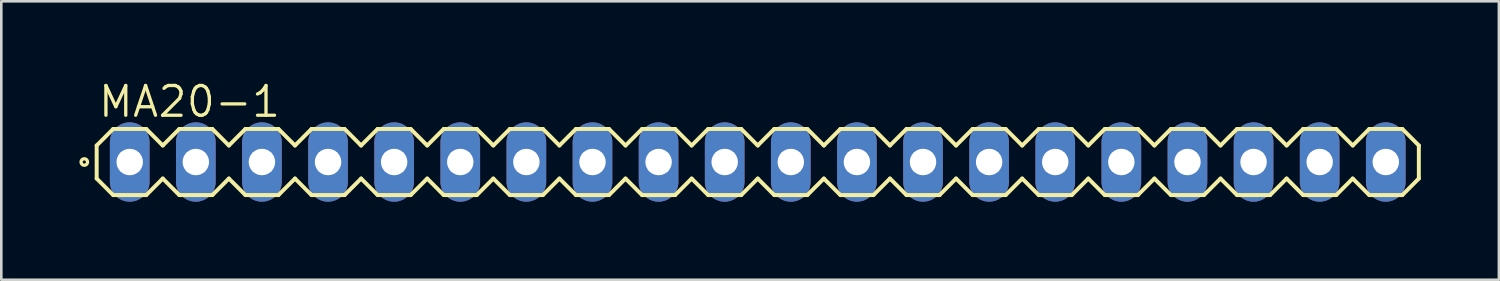
<source format=kicad_pcb>
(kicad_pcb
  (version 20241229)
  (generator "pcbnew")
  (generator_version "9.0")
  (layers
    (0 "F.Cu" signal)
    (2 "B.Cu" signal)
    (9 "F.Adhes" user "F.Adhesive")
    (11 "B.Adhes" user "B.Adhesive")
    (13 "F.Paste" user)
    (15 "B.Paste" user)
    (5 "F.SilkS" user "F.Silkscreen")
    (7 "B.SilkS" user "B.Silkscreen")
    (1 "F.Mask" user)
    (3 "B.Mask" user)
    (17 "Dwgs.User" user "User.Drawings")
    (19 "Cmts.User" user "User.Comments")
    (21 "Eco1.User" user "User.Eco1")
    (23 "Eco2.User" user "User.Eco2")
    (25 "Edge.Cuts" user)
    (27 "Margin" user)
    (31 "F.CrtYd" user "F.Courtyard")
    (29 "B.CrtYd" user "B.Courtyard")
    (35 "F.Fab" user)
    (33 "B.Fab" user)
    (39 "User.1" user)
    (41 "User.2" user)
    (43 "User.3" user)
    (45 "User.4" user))
  (footprint "MA20-1"
    (layer "F.Cu")
    (at 26.064 3.175)
    (property "Reference" "MA20-1" (at -25.4 -1.651 0) (layer "F.SilkS") (effects (font (size 1.143 1.143) (thickness 0.127)) (justify left bottom)))
    (fp_line (start -25.4 -0.635) (end -25.4 0.635) (stroke (width 0.152) (type solid)) (layer "F.SilkS"))
    (fp_line (start -25.4 0.635) (end -24.765 1.27) (stroke (width 0.152) (type solid)) (layer "F.SilkS"))
    (fp_line (start -24.765 -1.27) (end -25.4 -0.635) (stroke (width 0.152) (type solid)) (layer "F.SilkS"))
    (fp_line (start -24.765 -1.27) (end -23.495 -1.27) (stroke (width 0.152) (type solid)) (layer "F.SilkS"))
    (fp_line (start -23.495 -1.27) (end -22.86 -0.635) (stroke (width 0.152) (type solid)) (layer "F.SilkS"))
    (fp_line (start -23.495 1.27) (end -24.765 1.27) (stroke (width 0.152) (type solid)) (layer "F.SilkS"))
    (fp_line (start -22.86 -0.635) (end -22.225 -1.27) (stroke (width 0.152) (type solid)) (layer "F.SilkS"))
    (fp_line (start -22.86 0.635) (end -23.495 1.27) (stroke (width 0.152) (type solid)) (layer "F.SilkS"))
    (fp_line (start -22.225 -1.27) (end -20.955 -1.27) (stroke (width 0.152) (type solid)) (layer "F.SilkS"))
    (fp_line (start -22.225 1.27) (end -22.86 0.635) (stroke (width 0.152) (type solid)) (layer "F.SilkS"))
    (fp_line (start -20.955 -1.27) (end -20.32 -0.635) (stroke (width 0.152) (type solid)) (layer "F.SilkS"))
    (fp_line (start -20.955 1.27) (end -22.225 1.27) (stroke (width 0.152) (type solid)) (layer "F.SilkS"))
    (fp_line (start -20.32 -0.635) (end -19.685 -1.27) (stroke (width 0.152) (type solid)) (layer "F.SilkS"))
    (fp_line (start -20.32 0.635) (end -20.955 1.27) (stroke (width 0.152) (type solid)) (layer "F.SilkS"))
    (fp_line (start -19.685 -1.27) (end -18.415 -1.27) (stroke (width 0.152) (type solid)) (layer "F.SilkS"))
    (fp_line (start -19.685 1.27) (end -20.32 0.635) (stroke (width 0.152) (type solid)) (layer "F.SilkS"))
    (fp_line (start -18.415 -1.27) (end -17.78 -0.635) (stroke (width 0.152) (type solid)) (layer "F.SilkS"))
    (fp_line (start -18.415 1.27) (end -19.685 1.27) (stroke (width 0.152) (type solid)) (layer "F.SilkS"))
    (fp_line (start -17.78 0.635) (end -18.415 1.27) (stroke (width 0.152) (type solid)) (layer "F.SilkS"))
    (fp_line (start -17.78 0.635) (end -17.145 1.27) (stroke (width 0.152) (type solid)) (layer "F.SilkS"))
    (fp_line (start -17.145 -1.27) (end -17.78 -0.635) (stroke (width 0.152) (type solid)) (layer "F.SilkS"))
    (fp_line (start -17.145 -1.27) (end -15.875 -1.27) (stroke (width 0.152) (type solid)) (layer "F.SilkS"))
    (fp_line (start -15.875 -1.27) (end -15.24 -0.635) (stroke (width 0.152) (type solid)) (layer "F.SilkS"))
    (fp_line (start -15.875 1.27) (end -17.145 1.27) (stroke (width 0.152) (type solid)) (layer "F.SilkS"))
    (fp_line (start -15.24 -0.635) (end -14.605 -1.27) (stroke (width 0.152) (type solid)) (layer "F.SilkS"))
    (fp_line (start -15.24 0.635) (end -15.875 1.27) (stroke (width 0.152) (type solid)) (layer "F.SilkS"))
    (fp_line (start -14.605 -1.27) (end -13.335 -1.27) (stroke (width 0.152) (type solid)) (layer "F.SilkS"))
    (fp_line (start -14.605 1.27) (end -15.24 0.635) (stroke (width 0.152) (type solid)) (layer "F.SilkS"))
    (fp_line (start -13.335 -1.27) (end -12.7 -0.635) (stroke (width 0.152) (type solid)) (layer "F.SilkS"))
    (fp_line (start -13.335 1.27) (end -14.605 1.27) (stroke (width 0.152) (type solid)) (layer "F.SilkS"))
    (fp_line (start -12.7 0.635) (end -13.335 1.27) (stroke (width 0.152) (type solid)) (layer "F.SilkS"))
    (fp_line (start -12.7 0.635) (end -12.065 1.27) (stroke (width 0.152) (type solid)) (layer "F.SilkS"))
    (fp_line (start -12.065 -1.27) (end -12.7 -0.635) (stroke (width 0.152) (type solid)) (layer "F.SilkS"))
    (fp_line (start -12.065 -1.27) (end -10.795 -1.27) (stroke (width 0.152) (type solid)) (layer "F.SilkS"))
    (fp_line (start -10.795 -1.27) (end -10.16 -0.635) (stroke (width 0.152) (type solid)) (layer "F.SilkS"))
    (fp_line (start -10.795 1.27) (end -12.065 1.27) (stroke (width 0.152) (type solid)) (layer "F.SilkS"))
    (fp_line (start -10.16 -0.635) (end -9.525 -1.27) (stroke (width 0.152) (type solid)) (layer "F.SilkS"))
    (fp_line (start -10.16 0.635) (end -10.795 1.27) (stroke (width 0.152) (type solid)) (layer "F.SilkS"))
    (fp_line (start -9.525 -1.27) (end -8.255 -1.27) (stroke (width 0.152) (type solid)) (layer "F.SilkS"))
    (fp_line (start -9.525 1.27) (end -10.16 0.635) (stroke (width 0.152) (type solid)) (layer "F.SilkS"))
    (fp_line (start -8.255 -1.27) (end -7.62 -0.635) (stroke (width 0.152) (type solid)) (layer "F.SilkS"))
    (fp_line (start -8.255 1.27) (end -9.525 1.27) (stroke (width 0.152) (type solid)) (layer "F.SilkS"))
    (fp_line (start -7.62 -0.635) (end -6.985 -1.27) (stroke (width 0.152) (type solid)) (layer "F.SilkS"))
    (fp_line (start -7.62 0.635) (end -8.255 1.27) (stroke (width 0.152) (type solid)) (layer "F.SilkS"))
    (fp_line (start -6.985 -1.27) (end -5.715 -1.27) (stroke (width 0.152) (type solid)) (layer "F.SilkS"))
    (fp_line (start -6.985 1.27) (end -7.62 0.635) (stroke (width 0.152) (type solid)) (layer "F.SilkS"))
    (fp_line (start -5.715 -1.27) (end -5.08 -0.635) (stroke (width 0.152) (type solid)) (layer "F.SilkS"))
    (fp_line (start -5.715 1.27) (end -6.985 1.27) (stroke (width 0.152) (type solid)) (layer "F.SilkS"))
    (fp_line (start -5.08 0.635) (end -5.715 1.27) (stroke (width 0.152) (type solid)) (layer "F.SilkS"))
    (fp_line (start -5.08 0.635) (end -4.445 1.27) (stroke (width 0.152) (type solid)) (layer "F.SilkS"))
    (fp_line (start -4.445 -1.27) (end -5.08 -0.635) (stroke (width 0.152) (type solid)) (layer "F.SilkS"))
    (fp_line (start -4.445 -1.27) (end -3.175 -1.27) (stroke (width 0.152) (type solid)) (layer "F.SilkS"))
    (fp_line (start -3.175 -1.27) (end -2.54 -0.635) (stroke (width 0.152) (type solid)) (layer "F.SilkS"))
    (fp_line (start -3.175 1.27) (end -4.445 1.27) (stroke (width 0.152) (type solid)) (layer "F.SilkS"))
    (fp_line (start -2.54 -0.635) (end -1.905 -1.27) (stroke (width 0.152) (type solid)) (layer "F.SilkS"))
    (fp_line (start -2.54 0.635) (end -3.175 1.27) (stroke (width 0.152) (type solid)) (layer "F.SilkS"))
    (fp_line (start -1.905 -1.27) (end -0.635 -1.27) (stroke (width 0.152) (type solid)) (layer "F.SilkS"))
    (fp_line (start -1.905 1.27) (end -2.54 0.635) (stroke (width 0.152) (type solid)) (layer "F.SilkS"))
    (fp_line (start -0.635 -1.27) (end 0 -0.635) (stroke (width 0.152) (type solid)) (layer "F.SilkS"))
    (fp_line (start -0.635 1.27) (end -1.905 1.27) (stroke (width 0.152) (type solid)) (layer "F.SilkS"))
    (fp_line (start 0 0.635) (end -0.635 1.27) (stroke (width 0.152) (type solid)) (layer "F.SilkS"))
    (fp_line (start 0 0.635) (end 0.635 1.27) (stroke (width 0.152) (type solid)) (layer "F.SilkS"))
    (fp_line (start 0.635 -1.27) (end 0 -0.635) (stroke (width 0.152) (type solid)) (layer "F.SilkS"))
    (fp_line (start 0.635 -1.27) (end 1.905 -1.27) (stroke (width 0.152) (type solid)) (layer "F.SilkS"))
    (fp_line (start 1.905 -1.27) (end 2.54 -0.635) (stroke (width 0.152) (type solid)) (layer "F.SilkS"))
    (fp_line (start 1.905 1.27) (end 0.635 1.27) (stroke (width 0.152) (type solid)) (layer "F.SilkS"))
    (fp_line (start 2.54 -0.635) (end 3.175 -1.27) (stroke (width 0.152) (type solid)) (layer "F.SilkS"))
    (fp_line (start 2.54 0.635) (end 1.905 1.27) (stroke (width 0.152) (type solid)) (layer "F.SilkS"))
    (fp_line (start 3.175 -1.27) (end 4.445 -1.27) (stroke (width 0.152) (type solid)) (layer "F.SilkS"))
    (fp_line (start 3.175 1.27) (end 2.54 0.635) (stroke (width 0.152) (type solid)) (layer "F.SilkS"))
    (fp_line (start 4.445 -1.27) (end 5.08 -0.635) (stroke (width 0.152) (type solid)) (layer "F.SilkS"))
    (fp_line (start 4.445 1.27) (end 3.175 1.27) (stroke (width 0.152) (type solid)) (layer "F.SilkS"))
    (fp_line (start 5.08 -0.635) (end 5.715 -1.27) (stroke (width 0.152) (type solid)) (layer "F.SilkS"))
    (fp_line (start 5.08 0.635) (end 4.445 1.27) (stroke (width 0.152) (type solid)) (layer "F.SilkS"))
    (fp_line (start 5.715 -1.27) (end 6.985 -1.27) (stroke (width 0.152) (type solid)) (layer "F.SilkS"))
    (fp_line (start 5.715 1.27) (end 5.08 0.635) (stroke (width 0.152) (type solid)) (layer "F.SilkS"))
    (fp_line (start 6.985 -1.27) (end 7.62 -0.635) (stroke (width 0.152) (type solid)) (layer "F.SilkS"))
    (fp_line (start 6.985 1.27) (end 5.715 1.27) (stroke (width 0.152) (type solid)) (layer "F.SilkS"))
    (fp_line (start 7.62 0.635) (end 6.985 1.27) (stroke (width 0.152) (type solid)) (layer "F.SilkS"))
    (fp_line (start 7.62 0.635) (end 8.255 1.27) (stroke (width 0.152) (type solid)) (layer "F.SilkS"))
    (fp_line (start 8.255 -1.27) (end 7.62 -0.635) (stroke (width 0.152) (type solid)) (layer "F.SilkS"))
    (fp_line (start 8.255 -1.27) (end 9.525 -1.27) (stroke (width 0.152) (type solid)) (layer "F.SilkS"))
    (fp_line (start 9.525 -1.27) (end 10.16 -0.635) (stroke (width 0.152) (type solid)) (layer "F.SilkS"))
    (fp_line (start 9.525 1.27) (end 8.255 1.27) (stroke (width 0.152) (type solid)) (layer "F.SilkS"))
    (fp_line (start 10.16 -0.635) (end 10.795 -1.27) (stroke (width 0.152) (type solid)) (layer "F.SilkS"))
    (fp_line (start 10.16 0.635) (end 9.525 1.27) (stroke (width 0.152) (type solid)) (layer "F.SilkS"))
    (fp_line (start 10.795 -1.27) (end 12.065 -1.27) (stroke (width 0.152) (type solid)) (layer "F.SilkS"))
    (fp_line (start 10.795 1.27) (end 10.16 0.635) (stroke (width 0.152) (type solid)) (layer "F.SilkS"))
    (fp_line (start 12.065 -1.27) (end 12.7 -0.635) (stroke (width 0.152) (type solid)) (layer "F.SilkS"))
    (fp_line (start 12.065 1.27) (end 10.795 1.27) (stroke (width 0.152) (type solid)) (layer "F.SilkS"))
    (fp_line (start 12.7 0.635) (end 12.065 1.27) (stroke (width 0.152) (type solid)) (layer "F.SilkS"))
    (fp_line (start 12.7 0.635) (end 13.335 1.27) (stroke (width 0.152) (type solid)) (layer "F.SilkS"))
    (fp_line (start 13.335 -1.27) (end 12.7 -0.635) (stroke (width 0.152) (type solid)) (layer "F.SilkS"))
    (fp_line (start 13.335 -1.27) (end 14.605 -1.27) (stroke (width 0.152) (type solid)) (layer "F.SilkS"))
    (fp_line (start 14.605 -1.27) (end 15.24 -0.635) (stroke (width 0.152) (type solid)) (layer "F.SilkS"))
    (fp_line (start 14.605 1.27) (end 13.335 1.27) (stroke (width 0.152) (type solid)) (layer "F.SilkS"))
    (fp_line (start 15.24 -0.635) (end 15.875 -1.27) (stroke (width 0.152) (type solid)) (layer "F.SilkS"))
    (fp_line (start 15.24 0.635) (end 14.605 1.27) (stroke (width 0.152) (type solid)) (layer "F.SilkS"))
    (fp_line (start 15.875 -1.27) (end 17.145 -1.27) (stroke (width 0.152) (type solid)) (layer "F.SilkS"))
    (fp_line (start 15.875 1.27) (end 15.24 0.635) (stroke (width 0.152) (type solid)) (layer "F.SilkS"))
    (fp_line (start 17.145 -1.27) (end 17.78 -0.635) (stroke (width 0.152) (type solid)) (layer "F.SilkS"))
    (fp_line (start 17.145 1.27) (end 15.875 1.27) (stroke (width 0.152) (type solid)) (layer "F.SilkS"))
    (fp_line (start 17.78 -0.635) (end 18.415 -1.27) (stroke (width 0.152) (type solid)) (layer "F.SilkS"))
    (fp_line (start 17.78 0.635) (end 17.145 1.27) (stroke (width 0.152) (type solid)) (layer "F.SilkS"))
    (fp_line (start 18.415 -1.27) (end 19.685 -1.27) (stroke (width 0.152) (type solid)) (layer "F.SilkS"))
    (fp_line (start 18.415 1.27) (end 17.78 0.635) (stroke (width 0.152) (type solid)) (layer "F.SilkS"))
    (fp_line (start 19.685 -1.27) (end 20.32 -0.635) (stroke (width 0.152) (type solid)) (layer "F.SilkS"))
    (fp_line (start 19.685 1.27) (end 18.415 1.27) (stroke (width 0.152) (type solid)) (layer "F.SilkS"))
    (fp_line (start 20.32 0.635) (end 19.685 1.27) (stroke (width 0.152) (type solid)) (layer "F.SilkS"))
    (fp_line (start 20.32 0.635) (end 20.955 1.27) (stroke (width 0.152) (type solid)) (layer "F.SilkS"))
    (fp_line (start 20.955 -1.27) (end 20.32 -0.635) (stroke (width 0.152) (type solid)) (layer "F.SilkS"))
    (fp_line (start 20.955 -1.27) (end 22.225 -1.27) (stroke (width 0.152) (type solid)) (layer "F.SilkS"))
    (fp_line (start 22.225 -1.27) (end 22.86 -0.635) (stroke (width 0.152) (type solid)) (layer "F.SilkS"))
    (fp_line (start 22.225 1.27) (end 20.955 1.27) (stroke (width 0.152) (type solid)) (layer "F.SilkS"))
    (fp_line (start 22.86 -0.635) (end 23.495 -1.27) (stroke (width 0.152) (type solid)) (layer "F.SilkS"))
    (fp_line (start 22.86 0.635) (end 22.225 1.27) (stroke (width 0.152) (type solid)) (layer "F.SilkS"))
    (fp_line (start 23.495 -1.27) (end 24.765 -1.27) (stroke (width 0.152) (type solid)) (layer "F.SilkS"))
    (fp_line (start 23.495 1.27) (end 22.86 0.635) (stroke (width 0.152) (type solid)) (layer "F.SilkS"))
    (fp_line (start 24.765 -1.27) (end 25.4 -0.635) (stroke (width 0.152) (type solid)) (layer "F.SilkS"))
    (fp_line (start 24.765 1.27) (end 23.495 1.27) (stroke (width 0.152) (type solid)) (layer "F.SilkS"))
    (fp_line (start 25.4 -0.635) (end 25.4 0.635) (stroke (width 0.152) (type solid)) (layer "F.SilkS"))
    (fp_line (start 25.4 0.635) (end 24.765 1.27) (stroke (width 0.152) (type solid)) (layer "F.SilkS"))
    (fp_circle (center -25.875 0) (end -25.75 0) (stroke (width 0.127) (type solid)) (fill no) (layer "F.SilkS"))
    (fp_poly (pts (xy -24.46 0.33) (xy -23.8 0.33) (xy -23.8 -0.33) (xy -24.46 -0.33)) (stroke (width 0.1) (type solid)) (fill no) (layer "F.Fab"))
    (fp_poly (pts (xy -21.92 0.33) (xy -21.26 0.33) (xy -21.26 -0.33) (xy -21.92 -0.33)) (stroke (width 0.1) (type solid)) (fill no) (layer "F.Fab"))
    (fp_poly (pts (xy -19.38 0.33) (xy -18.72 0.33) (xy -18.72 -0.33) (xy -19.38 -0.33)) (stroke (width 0.1) (type solid)) (fill no) (layer "F.Fab"))
    (fp_poly (pts (xy -16.84 0.33) (xy -16.18 0.33) (xy -16.18 -0.33) (xy -16.84 -0.33)) (stroke (width 0.1) (type solid)) (fill no) (layer "F.Fab"))
    (fp_poly (pts (xy -14.3 0.33) (xy -13.64 0.33) (xy -13.64 -0.33) (xy -14.3 -0.33)) (stroke (width 0.1) (type solid)) (fill no) (layer "F.Fab"))
    (fp_poly (pts (xy -11.76 0.33) (xy -11.1 0.33) (xy -11.1 -0.33) (xy -11.76 -0.33)) (stroke (width 0.1) (type solid)) (fill no) (layer "F.Fab"))
    (fp_poly (pts (xy -9.22 0.33) (xy -8.56 0.33) (xy -8.56 -0.33) (xy -9.22 -0.33)) (stroke (width 0.1) (type solid)) (fill no) (layer "F.Fab"))
    (fp_poly (pts (xy -6.68 0.33) (xy -6.02 0.33) (xy -6.02 -0.33) (xy -6.68 -0.33)) (stroke (width 0.1) (type solid)) (fill no) (layer "F.Fab"))
    (fp_poly (pts (xy -4.14 0.33) (xy -3.48 0.33) (xy -3.48 -0.33) (xy -4.14 -0.33)) (stroke (width 0.1) (type solid)) (fill no) (layer "F.Fab"))
    (fp_poly (pts (xy -1.6 0.33) (xy -0.94 0.33) (xy -0.94 -0.33) (xy -1.6 -0.33)) (stroke (width 0.1) (type solid)) (fill no) (layer "F.Fab"))
    (fp_poly (pts (xy 0.94 0.33) (xy 1.6 0.33) (xy 1.6 -0.33) (xy 0.94 -0.33)) (stroke (width 0.1) (type solid)) (fill no) (layer "F.Fab"))
    (fp_poly (pts (xy 3.48 0.33) (xy 4.14 0.33) (xy 4.14 -0.33) (xy 3.48 -0.33)) (stroke (width 0.1) (type solid)) (fill no) (layer "F.Fab"))
    (fp_poly (pts (xy 6.02 0.33) (xy 6.68 0.33) (xy 6.68 -0.33) (xy 6.02 -0.33)) (stroke (width 0.1) (type solid)) (fill no) (layer "F.Fab"))
    (fp_poly (pts (xy 8.56 0.33) (xy 9.22 0.33) (xy 9.22 -0.33) (xy 8.56 -0.33)) (stroke (width 0.1) (type solid)) (fill no) (layer "F.Fab"))
    (fp_poly (pts (xy 11.1 0.33) (xy 11.76 0.33) (xy 11.76 -0.33) (xy 11.1 -0.33)) (stroke (width 0.1) (type solid)) (fill no) (layer "F.Fab"))
    (fp_poly (pts (xy 13.64 0.33) (xy 14.3 0.33) (xy 14.3 -0.33) (xy 13.64 -0.33)) (stroke (width 0.1) (type solid)) (fill no) (layer "F.Fab"))
    (fp_poly (pts (xy 16.18 0.33) (xy 16.84 0.33) (xy 16.84 -0.33) (xy 16.18 -0.33)) (stroke (width 0.1) (type solid)) (fill no) (layer "F.Fab"))
    (fp_poly (pts (xy 18.72 0.33) (xy 19.38 0.33) (xy 19.38 -0.33) (xy 18.72 -0.33)) (stroke (width 0.1) (type solid)) (fill no) (layer "F.Fab"))
    (fp_poly (pts (xy 21.26 0.33) (xy 21.92 0.33) (xy 21.92 -0.33) (xy 21.26 -0.33)) (stroke (width 0.1) (type solid)) (fill no) (layer "F.Fab"))
    (fp_poly (pts (xy 23.8 0.33) (xy 24.46 0.33) (xy 24.46 -0.33) (xy 23.8 -0.33)) (stroke (width 0.1) (type solid)) (fill no) (layer "F.Fab"))
    (pad "1" thru_hole oval (at -24.13 0 90) (size 3.048 1.524) (drill 1.016) (layers "*.Cu" "*.Mask"))
    (pad "2" thru_hole oval (at -21.59 0 90) (size 3.048 1.524) (drill 1.016) (layers "*.Cu" "*.Mask"))
    (pad "3" thru_hole oval (at -19.05 0 90) (size 3.048 1.524) (drill 1.016) (layers "*.Cu" "*.Mask"))
    (pad "4" thru_hole oval (at -16.51 0 90) (size 3.048 1.524) (drill 1.016) (layers "*.Cu" "*.Mask"))
    (pad "5" thru_hole oval (at -13.97 0 90) (size 3.048 1.524) (drill 1.016) (layers "*.Cu" "*.Mask"))
    (pad "6" thru_hole oval (at -11.43 0 90) (size 3.048 1.524) (drill 1.016) (layers "*.Cu" "*.Mask"))
    (pad "7" thru_hole oval (at -8.89 0 90) (size 3.048 1.524) (drill 1.016) (layers "*.Cu" "*.Mask"))
    (pad "8" thru_hole oval (at -6.35 0 90) (size 3.048 1.524) (drill 1.016) (layers "*.Cu" "*.Mask"))
    (pad "9" thru_hole oval (at -3.81 0 90) (size 3.048 1.524) (drill 1.016) (layers "*.Cu" "*.Mask"))
    (pad "10" thru_hole oval (at -1.27 0 90) (size 3.048 1.524) (drill 1.016) (layers "*.Cu" "*.Mask"))
    (pad "11" thru_hole oval (at 1.27 0 90) (size 3.048 1.524) (drill 1.016) (layers "*.Cu" "*.Mask"))
    (pad "12" thru_hole oval (at 3.81 0 90) (size 3.048 1.524) (drill 1.016) (layers "*.Cu" "*.Mask"))
    (pad "13" thru_hole oval (at 6.35 0 90) (size 3.048 1.524) (drill 1.016) (layers "*.Cu" "*.Mask"))
    (pad "14" thru_hole oval (at 8.89 0 90) (size 3.048 1.524) (drill 1.016) (layers "*.Cu" "*.Mask"))
    (pad "15" thru_hole oval (at 11.43 0 90) (size 3.048 1.524) (drill 1.016) (layers "*.Cu" "*.Mask"))
    (pad "16" thru_hole oval (at 13.97 0 90) (size 3.048 1.524) (drill 1.016) (layers "*.Cu" "*.Mask"))
    (pad "17" thru_hole oval (at 16.51 0 90) (size 3.048 1.524) (drill 1.016) (layers "*.Cu" "*.Mask"))
    (pad "18" thru_hole oval (at 19.05 0 90) (size 3.048 1.524) (drill 1.016) (layers "*.Cu" "*.Mask"))
    (pad "19" thru_hole oval (at 21.59 0 90) (size 3.048 1.524) (drill 1.016) (layers "*.Cu" "*.Mask"))
    (pad "20" thru_hole oval (at 24.13 0 90) (size 3.048 1.524) (drill 1.016) (layers "*.Cu" "*.Mask")))
  (gr_rect
    (start -3 -3)
    (end 54.54 7.699)
    (stroke (width 0.1) (type default))
    (fill no)
    (layer "Edge.Cuts")))
</source>
